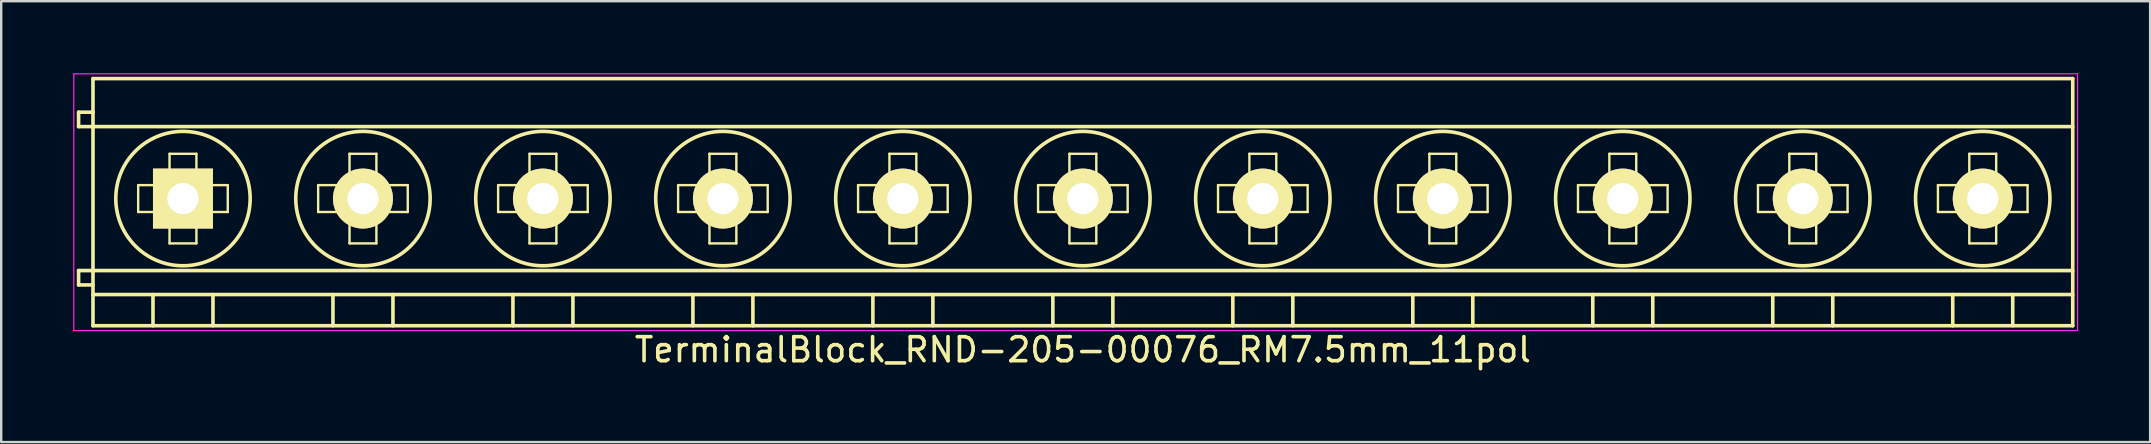
<source format=kicad_pcb>
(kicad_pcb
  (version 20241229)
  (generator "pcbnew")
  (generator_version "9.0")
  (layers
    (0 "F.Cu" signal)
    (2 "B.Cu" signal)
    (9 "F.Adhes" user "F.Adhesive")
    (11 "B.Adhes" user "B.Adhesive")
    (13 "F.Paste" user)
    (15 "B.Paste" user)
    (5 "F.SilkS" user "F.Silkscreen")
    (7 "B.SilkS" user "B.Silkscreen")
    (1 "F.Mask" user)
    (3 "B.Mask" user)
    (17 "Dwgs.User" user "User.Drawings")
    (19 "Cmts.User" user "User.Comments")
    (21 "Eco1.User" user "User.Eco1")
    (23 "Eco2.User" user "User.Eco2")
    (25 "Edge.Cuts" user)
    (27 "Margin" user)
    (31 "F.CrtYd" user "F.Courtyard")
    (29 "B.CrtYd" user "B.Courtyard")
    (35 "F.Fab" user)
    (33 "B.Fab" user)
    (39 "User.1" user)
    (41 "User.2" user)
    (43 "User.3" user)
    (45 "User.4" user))
  (footprint "TerminalBlock_RND-205-00076_RM7.5mm_11pol"
    (layer "F.Cu")
    (at 4.575 5.225)
    (property "Reference" "TerminalBlock_RND-205-00076_RM7.5mm_11pol" (at 37.5 6.3 0) (layer "F.SilkS") (effects (font (size 1 1) (thickness 0.15))))
    (attr through_hole)
    (fp_line (start -4.35 -3.6) (end -4.35 -3) (stroke (width 0.15) (type solid)) (layer "F.SilkS"))
    (fp_line (start -4.35 -3) (end -3.75 -3) (stroke (width 0.15) (type solid)) (layer "F.SilkS"))
    (fp_line (start -4.35 3) (end -4.35 3.6) (stroke (width 0.15) (type solid)) (layer "F.SilkS"))
    (fp_line (start -4.35 3.6) (end -3.75 3.6) (stroke (width 0.15) (type solid)) (layer "F.SilkS"))
    (fp_line (start -3.75 -5) (end 78.75 -5) (stroke (width 0.15) (type solid)) (layer "F.SilkS"))
    (fp_line (start -3.75 -3.6) (end -4.35 -3.6) (stroke (width 0.15) (type solid)) (layer "F.SilkS"))
    (fp_line (start -3.75 -3) (end 78.75 -3) (stroke (width 0.15) (type solid)) (layer "F.SilkS"))
    (fp_line (start -3.75 3) (end -4.35 3) (stroke (width 0.15) (type solid)) (layer "F.SilkS"))
    (fp_line (start -3.75 3) (end 78.75 3) (stroke (width 0.15) (type solid)) (layer "F.SilkS"))
    (fp_line (start -3.75 4) (end 78.75 4) (stroke (width 0.15) (type solid)) (layer "F.SilkS"))
    (fp_line (start -3.75 5.3) (end -3.75 -5) (stroke (width 0.15) (type solid)) (layer "F.SilkS"))
    (fp_line (start -1.867 -0.56) (end -0.56 -0.56) (stroke (width 0.1) (type solid)) (layer "F.SilkS"))
    (fp_line (start -1.867 0.56) (end -1.867 -0.56) (stroke (width 0.1) (type solid)) (layer "F.SilkS"))
    (fp_line (start -1.25 4) (end -1.25 5.3) (stroke (width 0.15) (type solid)) (layer "F.SilkS"))
    (fp_line (start -0.56 -1.867) (end 0.56 -1.867) (stroke (width 0.1) (type solid)) (layer "F.SilkS"))
    (fp_line (start -0.56 -0.56) (end -0.56 -1.867) (stroke (width 0.1) (type solid)) (layer "F.SilkS"))
    (fp_line (start -0.56 0.56) (end -1.867 0.56) (stroke (width 0.1) (type solid)) (layer "F.SilkS"))
    (fp_line (start -0.56 1.867) (end -0.56 0.56) (stroke (width 0.1) (type solid)) (layer "F.SilkS"))
    (fp_line (start 0.56 -1.867) (end 0.56 -0.56) (stroke (width 0.1) (type solid)) (layer "F.SilkS"))
    (fp_line (start 0.56 -0.56) (end 1.867 -0.56) (stroke (width 0.1) (type solid)) (layer "F.SilkS"))
    (fp_line (start 0.56 0.56) (end 0.56 1.867) (stroke (width 0.1) (type solid)) (layer "F.SilkS"))
    (fp_line (start 0.56 1.867) (end -0.56 1.867) (stroke (width 0.1) (type solid)) (layer "F.SilkS"))
    (fp_line (start 1.25 4) (end 1.25 5.3) (stroke (width 0.15) (type solid)) (layer "F.SilkS"))
    (fp_line (start 1.867 -0.56) (end 1.867 0.56) (stroke (width 0.1) (type solid)) (layer "F.SilkS"))
    (fp_line (start 1.867 0.56) (end 0.56 0.56) (stroke (width 0.1) (type solid)) (layer "F.SilkS"))
    (fp_line (start 5.633 -0.56) (end 6.94 -0.56) (stroke (width 0.1) (type solid)) (layer "F.SilkS"))
    (fp_line (start 5.633 0.56) (end 5.633 -0.56) (stroke (width 0.1) (type solid)) (layer "F.SilkS"))
    (fp_line (start 6.25 4) (end 6.25 5.3) (stroke (width 0.15) (type solid)) (layer "F.SilkS"))
    (fp_line (start 6.94 -1.867) (end 8.06 -1.867) (stroke (width 0.1) (type solid)) (layer "F.SilkS"))
    (fp_line (start 6.94 -0.56) (end 6.94 -1.867) (stroke (width 0.1) (type solid)) (layer "F.SilkS"))
    (fp_line (start 6.94 0.56) (end 5.633 0.56) (stroke (width 0.1) (type solid)) (layer "F.SilkS"))
    (fp_line (start 6.94 1.867) (end 6.94 0.56) (stroke (width 0.1) (type solid)) (layer "F.SilkS"))
    (fp_line (start 8.06 -1.867) (end 8.06 -0.56) (stroke (width 0.1) (type solid)) (layer "F.SilkS"))
    (fp_line (start 8.06 -0.56) (end 9.367 -0.56) (stroke (width 0.1) (type solid)) (layer "F.SilkS"))
    (fp_line (start 8.06 0.56) (end 8.06 1.867) (stroke (width 0.1) (type solid)) (layer "F.SilkS"))
    (fp_line (start 8.06 1.867) (end 6.94 1.867) (stroke (width 0.1) (type solid)) (layer "F.SilkS"))
    (fp_line (start 8.75 4) (end 8.75 5.3) (stroke (width 0.15) (type solid)) (layer "F.SilkS"))
    (fp_line (start 9.367 -0.56) (end 9.367 0.56) (stroke (width 0.1) (type solid)) (layer "F.SilkS"))
    (fp_line (start 9.367 0.56) (end 8.06 0.56) (stroke (width 0.1) (type solid)) (layer "F.SilkS"))
    (fp_line (start 13.133 -0.56) (end 14.44 -0.56) (stroke (width 0.1) (type solid)) (layer "F.SilkS"))
    (fp_line (start 13.133 0.56) (end 13.133 -0.56) (stroke (width 0.1) (type solid)) (layer "F.SilkS"))
    (fp_line (start 13.75 4) (end 13.75 5.3) (stroke (width 0.15) (type solid)) (layer "F.SilkS"))
    (fp_line (start 14.44 -1.867) (end 15.56 -1.867) (stroke (width 0.1) (type solid)) (layer "F.SilkS"))
    (fp_line (start 14.44 -0.56) (end 14.44 -1.867) (stroke (width 0.1) (type solid)) (layer "F.SilkS"))
    (fp_line (start 14.44 0.56) (end 13.133 0.56) (stroke (width 0.1) (type solid)) (layer "F.SilkS"))
    (fp_line (start 14.44 1.867) (end 14.44 0.56) (stroke (width 0.1) (type solid)) (layer "F.SilkS"))
    (fp_line (start 15.56 -1.867) (end 15.56 -0.56) (stroke (width 0.1) (type solid)) (layer "F.SilkS"))
    (fp_line (start 15.56 -0.56) (end 16.867 -0.56) (stroke (width 0.1) (type solid)) (layer "F.SilkS"))
    (fp_line (start 15.56 0.56) (end 15.56 1.867) (stroke (width 0.1) (type solid)) (layer "F.SilkS"))
    (fp_line (start 15.56 1.867) (end 14.44 1.867) (stroke (width 0.1) (type solid)) (layer "F.SilkS"))
    (fp_line (start 16.25 4) (end 16.25 5.3) (stroke (width 0.15) (type solid)) (layer "F.SilkS"))
    (fp_line (start 16.867 -0.56) (end 16.867 0.56) (stroke (width 0.1) (type solid)) (layer "F.SilkS"))
    (fp_line (start 16.867 0.56) (end 15.56 0.56) (stroke (width 0.1) (type solid)) (layer "F.SilkS"))
    (fp_line (start 20.633 -0.56) (end 21.94 -0.56) (stroke (width 0.1) (type solid)) (layer "F.SilkS"))
    (fp_line (start 20.633 0.56) (end 20.633 -0.56) (stroke (width 0.1) (type solid)) (layer "F.SilkS"))
    (fp_line (start 21.25 4) (end 21.25 5.3) (stroke (width 0.15) (type solid)) (layer "F.SilkS"))
    (fp_line (start 21.94 -1.867) (end 23.06 -1.867) (stroke (width 0.1) (type solid)) (layer "F.SilkS"))
    (fp_line (start 21.94 -0.56) (end 21.94 -1.867) (stroke (width 0.1) (type solid)) (layer "F.SilkS"))
    (fp_line (start 21.94 0.56) (end 20.633 0.56) (stroke (width 0.1) (type solid)) (layer "F.SilkS"))
    (fp_line (start 21.94 1.867) (end 21.94 0.56) (stroke (width 0.1) (type solid)) (layer "F.SilkS"))
    (fp_line (start 23.06 -1.867) (end 23.06 -0.56) (stroke (width 0.1) (type solid)) (layer "F.SilkS"))
    (fp_line (start 23.06 -0.56) (end 24.367 -0.56) (stroke (width 0.1) (type solid)) (layer "F.SilkS"))
    (fp_line (start 23.06 0.56) (end 23.06 1.867) (stroke (width 0.1) (type solid)) (layer "F.SilkS"))
    (fp_line (start 23.06 1.867) (end 21.94 1.867) (stroke (width 0.1) (type solid)) (layer "F.SilkS"))
    (fp_line (start 23.75 4) (end 23.75 5.3) (stroke (width 0.15) (type solid)) (layer "F.SilkS"))
    (fp_line (start 24.367 -0.56) (end 24.367 0.56) (stroke (width 0.1) (type solid)) (layer "F.SilkS"))
    (fp_line (start 24.367 0.56) (end 23.06 0.56) (stroke (width 0.1) (type solid)) (layer "F.SilkS"))
    (fp_line (start 28.133 -0.56) (end 29.44 -0.56) (stroke (width 0.1) (type solid)) (layer "F.SilkS"))
    (fp_line (start 28.133 0.56) (end 28.133 -0.56) (stroke (width 0.1) (type solid)) (layer "F.SilkS"))
    (fp_line (start 28.75 4) (end 28.75 5.3) (stroke (width 0.15) (type solid)) (layer "F.SilkS"))
    (fp_line (start 29.44 -1.867) (end 30.56 -1.867) (stroke (width 0.1) (type solid)) (layer "F.SilkS"))
    (fp_line (start 29.44 -0.56) (end 29.44 -1.867) (stroke (width 0.1) (type solid)) (layer "F.SilkS"))
    (fp_line (start 29.44 0.56) (end 28.133 0.56) (stroke (width 0.1) (type solid)) (layer "F.SilkS"))
    (fp_line (start 29.44 1.867) (end 29.44 0.56) (stroke (width 0.1) (type solid)) (layer "F.SilkS"))
    (fp_line (start 30.56 -1.867) (end 30.56 -0.56) (stroke (width 0.1) (type solid)) (layer "F.SilkS"))
    (fp_line (start 30.56 -0.56) (end 31.867 -0.56) (stroke (width 0.1) (type solid)) (layer "F.SilkS"))
    (fp_line (start 30.56 0.56) (end 30.56 1.867) (stroke (width 0.1) (type solid)) (layer "F.SilkS"))
    (fp_line (start 30.56 1.867) (end 29.44 1.867) (stroke (width 0.1) (type solid)) (layer "F.SilkS"))
    (fp_line (start 31.25 4) (end 31.25 5.3) (stroke (width 0.15) (type solid)) (layer "F.SilkS"))
    (fp_line (start 31.867 -0.56) (end 31.867 0.56) (stroke (width 0.1) (type solid)) (layer "F.SilkS"))
    (fp_line (start 31.867 0.56) (end 30.56 0.56) (stroke (width 0.1) (type solid)) (layer "F.SilkS"))
    (fp_line (start 35.633 -0.56) (end 36.94 -0.56) (stroke (width 0.1) (type solid)) (layer "F.SilkS"))
    (fp_line (start 35.633 0.56) (end 35.633 -0.56) (stroke (width 0.1) (type solid)) (layer "F.SilkS"))
    (fp_line (start 36.25 4) (end 36.25 5.3) (stroke (width 0.15) (type solid)) (layer "F.SilkS"))
    (fp_line (start 36.94 -1.867) (end 38.06 -1.867) (stroke (width 0.1) (type solid)) (layer "F.SilkS"))
    (fp_line (start 36.94 -0.56) (end 36.94 -1.867) (stroke (width 0.1) (type solid)) (layer "F.SilkS"))
    (fp_line (start 36.94 0.56) (end 35.633 0.56) (stroke (width 0.1) (type solid)) (layer "F.SilkS"))
    (fp_line (start 36.94 1.867) (end 36.94 0.56) (stroke (width 0.1) (type solid)) (layer "F.SilkS"))
    (fp_line (start 38.06 -1.867) (end 38.06 -0.56) (stroke (width 0.1) (type solid)) (layer "F.SilkS"))
    (fp_line (start 38.06 -0.56) (end 39.367 -0.56) (stroke (width 0.1) (type solid)) (layer "F.SilkS"))
    (fp_line (start 38.06 0.56) (end 38.06 1.867) (stroke (width 0.1) (type solid)) (layer "F.SilkS"))
    (fp_line (start 38.06 1.867) (end 36.94 1.867) (stroke (width 0.1) (type solid)) (layer "F.SilkS"))
    (fp_line (start 38.75 4) (end 38.75 5.3) (stroke (width 0.15) (type solid)) (layer "F.SilkS"))
    (fp_line (start 39.367 -0.56) (end 39.367 0.56) (stroke (width 0.1) (type solid)) (layer "F.SilkS"))
    (fp_line (start 39.367 0.56) (end 38.06 0.56) (stroke (width 0.1) (type solid)) (layer "F.SilkS"))
    (fp_line (start 43.133 -0.56) (end 44.44 -0.56) (stroke (width 0.1) (type solid)) (layer "F.SilkS"))
    (fp_line (start 43.133 0.56) (end 43.133 -0.56) (stroke (width 0.1) (type solid)) (layer "F.SilkS"))
    (fp_line (start 43.75 4) (end 43.75 5.3) (stroke (width 0.15) (type solid)) (layer "F.SilkS"))
    (fp_line (start 44.44 -1.867) (end 45.56 -1.867) (stroke (width 0.1) (type solid)) (layer "F.SilkS"))
    (fp_line (start 44.44 -0.56) (end 44.44 -1.867) (stroke (width 0.1) (type solid)) (layer "F.SilkS"))
    (fp_line (start 44.44 0.56) (end 43.133 0.56) (stroke (width 0.1) (type solid)) (layer "F.SilkS"))
    (fp_line (start 44.44 1.867) (end 44.44 0.56) (stroke (width 0.1) (type solid)) (layer "F.SilkS"))
    (fp_line (start 45.56 -1.867) (end 45.56 -0.56) (stroke (width 0.1) (type solid)) (layer "F.SilkS"))
    (fp_line (start 45.56 -0.56) (end 46.867 -0.56) (stroke (width 0.1) (type solid)) (layer "F.SilkS"))
    (fp_line (start 45.56 0.56) (end 45.56 1.867) (stroke (width 0.1) (type solid)) (layer "F.SilkS"))
    (fp_line (start 45.56 1.867) (end 44.44 1.867) (stroke (width 0.1) (type solid)) (layer "F.SilkS"))
    (fp_line (start 46.25 4) (end 46.25 5.3) (stroke (width 0.15) (type solid)) (layer "F.SilkS"))
    (fp_line (start 46.867 -0.56) (end 46.867 0.56) (stroke (width 0.1) (type solid)) (layer "F.SilkS"))
    (fp_line (start 46.867 0.56) (end 45.56 0.56) (stroke (width 0.1) (type solid)) (layer "F.SilkS"))
    (fp_line (start 50.633 -0.56) (end 51.94 -0.56) (stroke (width 0.1) (type solid)) (layer "F.SilkS"))
    (fp_line (start 50.633 0.56) (end 50.633 -0.56) (stroke (width 0.1) (type solid)) (layer "F.SilkS"))
    (fp_line (start 51.25 4) (end 51.25 5.3) (stroke (width 0.15) (type solid)) (layer "F.SilkS"))
    (fp_line (start 51.94 -1.867) (end 53.06 -1.867) (stroke (width 0.1) (type solid)) (layer "F.SilkS"))
    (fp_line (start 51.94 -0.56) (end 51.94 -1.867) (stroke (width 0.1) (type solid)) (layer "F.SilkS"))
    (fp_line (start 51.94 0.56) (end 50.633 0.56) (stroke (width 0.1) (type solid)) (layer "F.SilkS"))
    (fp_line (start 51.94 1.867) (end 51.94 0.56) (stroke (width 0.1) (type solid)) (layer "F.SilkS"))
    (fp_line (start 53.06 -1.867) (end 53.06 -0.56) (stroke (width 0.1) (type solid)) (layer "F.SilkS"))
    (fp_line (start 53.06 -0.56) (end 54.367 -0.56) (stroke (width 0.1) (type solid)) (layer "F.SilkS"))
    (fp_line (start 53.06 0.56) (end 53.06 1.867) (stroke (width 0.1) (type solid)) (layer "F.SilkS"))
    (fp_line (start 53.06 1.867) (end 51.94 1.867) (stroke (width 0.1) (type solid)) (layer "F.SilkS"))
    (fp_line (start 53.75 4) (end 53.75 5.3) (stroke (width 0.15) (type solid)) (layer "F.SilkS"))
    (fp_line (start 54.367 -0.56) (end 54.367 0.56) (stroke (width 0.1) (type solid)) (layer "F.SilkS"))
    (fp_line (start 54.367 0.56) (end 53.06 0.56) (stroke (width 0.1) (type solid)) (layer "F.SilkS"))
    (fp_line (start 58.133 -0.56) (end 59.44 -0.56) (stroke (width 0.1) (type solid)) (layer "F.SilkS"))
    (fp_line (start 58.133 0.56) (end 58.133 -0.56) (stroke (width 0.1) (type solid)) (layer "F.SilkS"))
    (fp_line (start 58.75 4) (end 58.75 5.3) (stroke (width 0.15) (type solid)) (layer "F.SilkS"))
    (fp_line (start 59.44 -1.867) (end 60.56 -1.867) (stroke (width 0.1) (type solid)) (layer "F.SilkS"))
    (fp_line (start 59.44 -0.56) (end 59.44 -1.867) (stroke (width 0.1) (type solid)) (layer "F.SilkS"))
    (fp_line (start 59.44 0.56) (end 58.133 0.56) (stroke (width 0.1) (type solid)) (layer "F.SilkS"))
    (fp_line (start 59.44 1.867) (end 59.44 0.56) (stroke (width 0.1) (type solid)) (layer "F.SilkS"))
    (fp_line (start 60.56 -1.867) (end 60.56 -0.56) (stroke (width 0.1) (type solid)) (layer "F.SilkS"))
    (fp_line (start 60.56 -0.56) (end 61.867 -0.56) (stroke (width 0.1) (type solid)) (layer "F.SilkS"))
    (fp_line (start 60.56 0.56) (end 60.56 1.867) (stroke (width 0.1) (type solid)) (layer "F.SilkS"))
    (fp_line (start 60.56 1.867) (end 59.44 1.867) (stroke (width 0.1) (type solid)) (layer "F.SilkS"))
    (fp_line (start 61.25 4) (end 61.25 5.3) (stroke (width 0.15) (type solid)) (layer "F.SilkS"))
    (fp_line (start 61.867 -0.56) (end 61.867 0.56) (stroke (width 0.1) (type solid)) (layer "F.SilkS"))
    (fp_line (start 61.867 0.56) (end 60.56 0.56) (stroke (width 0.1) (type solid)) (layer "F.SilkS"))
    (fp_line (start 65.633 -0.56) (end 66.94 -0.56) (stroke (width 0.1) (type solid)) (layer "F.SilkS"))
    (fp_line (start 65.633 0.56) (end 65.633 -0.56) (stroke (width 0.1) (type solid)) (layer "F.SilkS"))
    (fp_line (start 66.25 4) (end 66.25 5.3) (stroke (width 0.15) (type solid)) (layer "F.SilkS"))
    (fp_line (start 66.94 -1.867) (end 68.06 -1.867) (stroke (width 0.1) (type solid)) (layer "F.SilkS"))
    (fp_line (start 66.94 -0.56) (end 66.94 -1.867) (stroke (width 0.1) (type solid)) (layer "F.SilkS"))
    (fp_line (start 66.94 0.56) (end 65.633 0.56) (stroke (width 0.1) (type solid)) (layer "F.SilkS"))
    (fp_line (start 66.94 1.867) (end 66.94 0.56) (stroke (width 0.1) (type solid)) (layer "F.SilkS"))
    (fp_line (start 68.06 -1.867) (end 68.06 -0.56) (stroke (width 0.1) (type solid)) (layer "F.SilkS"))
    (fp_line (start 68.06 -0.56) (end 69.367 -0.56) (stroke (width 0.1) (type solid)) (layer "F.SilkS"))
    (fp_line (start 68.06 0.56) (end 68.06 1.867) (stroke (width 0.1) (type solid)) (layer "F.SilkS"))
    (fp_line (start 68.06 1.867) (end 66.94 1.867) (stroke (width 0.1) (type solid)) (layer "F.SilkS"))
    (fp_line (start 68.75 4) (end 68.75 5.3) (stroke (width 0.15) (type solid)) (layer "F.SilkS"))
    (fp_line (start 69.367 -0.56) (end 69.367 0.56) (stroke (width 0.1) (type solid)) (layer "F.SilkS"))
    (fp_line (start 69.367 0.56) (end 68.06 0.56) (stroke (width 0.1) (type solid)) (layer "F.SilkS"))
    (fp_line (start 73.133 -0.56) (end 74.44 -0.56) (stroke (width 0.1) (type solid)) (layer "F.SilkS"))
    (fp_line (start 73.133 0.56) (end 73.133 -0.56) (stroke (width 0.1) (type solid)) (layer "F.SilkS"))
    (fp_line (start 73.75 4) (end 73.75 5.3) (stroke (width 0.15) (type solid)) (layer "F.SilkS"))
    (fp_line (start 74.44 -1.867) (end 75.56 -1.867) (stroke (width 0.1) (type solid)) (layer "F.SilkS"))
    (fp_line (start 74.44 -0.56) (end 74.44 -1.867) (stroke (width 0.1) (type solid)) (layer "F.SilkS"))
    (fp_line (start 74.44 0.56) (end 73.133 0.56) (stroke (width 0.1) (type solid)) (layer "F.SilkS"))
    (fp_line (start 74.44 1.867) (end 74.44 0.56) (stroke (width 0.1) (type solid)) (layer "F.SilkS"))
    (fp_line (start 75.56 -1.867) (end 75.56 -0.56) (stroke (width 0.1) (type solid)) (layer "F.SilkS"))
    (fp_line (start 75.56 -0.56) (end 76.867 -0.56) (stroke (width 0.1) (type solid)) (layer "F.SilkS"))
    (fp_line (start 75.56 0.56) (end 75.56 1.867) (stroke (width 0.1) (type solid)) (layer "F.SilkS"))
    (fp_line (start 75.56 1.867) (end 74.44 1.867) (stroke (width 0.1) (type solid)) (layer "F.SilkS"))
    (fp_line (start 76.25 4) (end 76.25 5.3) (stroke (width 0.15) (type solid)) (layer "F.SilkS"))
    (fp_line (start 76.867 -0.56) (end 76.867 0.56) (stroke (width 0.1) (type solid)) (layer "F.SilkS"))
    (fp_line (start 76.867 0.56) (end 75.56 0.56) (stroke (width 0.1) (type solid)) (layer "F.SilkS"))
    (fp_line (start 78.75 -5) (end 78.75 5.3) (stroke (width 0.15) (type solid)) (layer "F.SilkS"))
    (fp_line (start 78.75 5.3) (end -3.75 5.3) (stroke (width 0.15) (type solid)) (layer "F.SilkS"))
    (fp_circle (center 0 0) (end -2.8 0) (stroke (width 0.15) (type solid)) (fill no) (layer "F.SilkS"))
    (fp_circle (center 7.5 0) (end 4.7 0) (stroke (width 0.15) (type solid)) (fill no) (layer "F.SilkS"))
    (fp_circle (center 15 0) (end 12.2 0) (stroke (width 0.15) (type solid)) (fill no) (layer "F.SilkS"))
    (fp_circle (center 22.5 0) (end 19.7 0) (stroke (width 0.15) (type solid)) (fill no) (layer "F.SilkS"))
    (fp_circle (center 30 0) (end 27.2 0) (stroke (width 0.15) (type solid)) (fill no) (layer "F.SilkS"))
    (fp_circle (center 37.5 0) (end 34.7 0) (stroke (width 0.15) (type solid)) (fill no) (layer "F.SilkS"))
    (fp_circle (center 45 0) (end 42.2 0) (stroke (width 0.15) (type solid)) (fill no) (layer "F.SilkS"))
    (fp_circle (center 52.5 0) (end 49.7 0) (stroke (width 0.15) (type solid)) (fill no) (layer "F.SilkS"))
    (fp_circle (center 60 0) (end 57.2 0) (stroke (width 0.15) (type solid)) (fill no) (layer "F.SilkS"))
    (fp_circle (center 67.5 0) (end 64.7 0) (stroke (width 0.15) (type solid)) (fill no) (layer "F.SilkS"))
    (fp_circle (center 75 0) (end 72.2 0) (stroke (width 0.15) (type solid)) (fill no) (layer "F.SilkS"))
    (fp_line (start -4.55 -5.2) (end 78.95 -5.2) (stroke (width 0.05) (type solid)) (layer "F.CrtYd"))
    (fp_line (start -4.55 5.5) (end -4.55 -5.2) (stroke (width 0.05) (type solid)) (layer "F.CrtYd"))
    (fp_line (start 78.95 -5.2) (end 78.95 5.5) (stroke (width 0.05) (type solid)) (layer "F.CrtYd"))
    (fp_line (start 78.95 5.5) (end -4.55 5.5) (stroke (width 0.05) (type solid)) (layer "F.CrtYd"))
    (pad "1" thru_hole rect (at 0 0) (size 2.5 2.5) (drill 1.3) (layers "*.Cu" "*.Mask" "F.SilkS"))
    (pad "2" thru_hole circle (at 7.5 0) (size 2.5 2.5) (drill 1.3) (layers "*.Cu" "*.Mask" "F.SilkS"))
    (pad "3" thru_hole circle (at 15 0) (size 2.5 2.5) (drill 1.3) (layers "*.Cu" "*.Mask" "F.SilkS"))
    (pad "4" thru_hole circle (at 22.5 0) (size 2.5 2.5) (drill 1.3) (layers "*.Cu" "*.Mask" "F.SilkS"))
    (pad "5" thru_hole circle (at 30 0) (size 2.5 2.5) (drill 1.3) (layers "*.Cu" "*.Mask" "F.SilkS"))
    (pad "6" thru_hole circle (at 37.5 0) (size 2.5 2.5) (drill 1.3) (layers "*.Cu" "*.Mask" "F.SilkS"))
    (pad "7" thru_hole circle (at 45 0) (size 2.5 2.5) (drill 1.3) (layers "*.Cu" "*.Mask" "F.SilkS"))
    (pad "8" thru_hole circle (at 52.5 0) (size 2.5 2.5) (drill 1.3) (layers "*.Cu" "*.Mask" "F.SilkS"))
    (pad "9" thru_hole circle (at 60 0) (size 2.5 2.5) (drill 1.3) (layers "*.Cu" "*.Mask" "F.SilkS"))
    (pad "10" thru_hole circle (at 67.5 0) (size 2.5 2.5) (drill 1.3) (layers "*.Cu" "*.Mask" "F.SilkS"))
    (pad "11" thru_hole circle (at 75 0) (size 2.5 2.5) (drill 1.3) (layers "*.Cu" "*.Mask" "F.SilkS")))
  (gr_rect
    (start -3 -3)
    (end 86.55 15.373)
    (stroke (width 0.1) (type default))
    (fill no)
    (layer "Edge.Cuts")))
</source>
